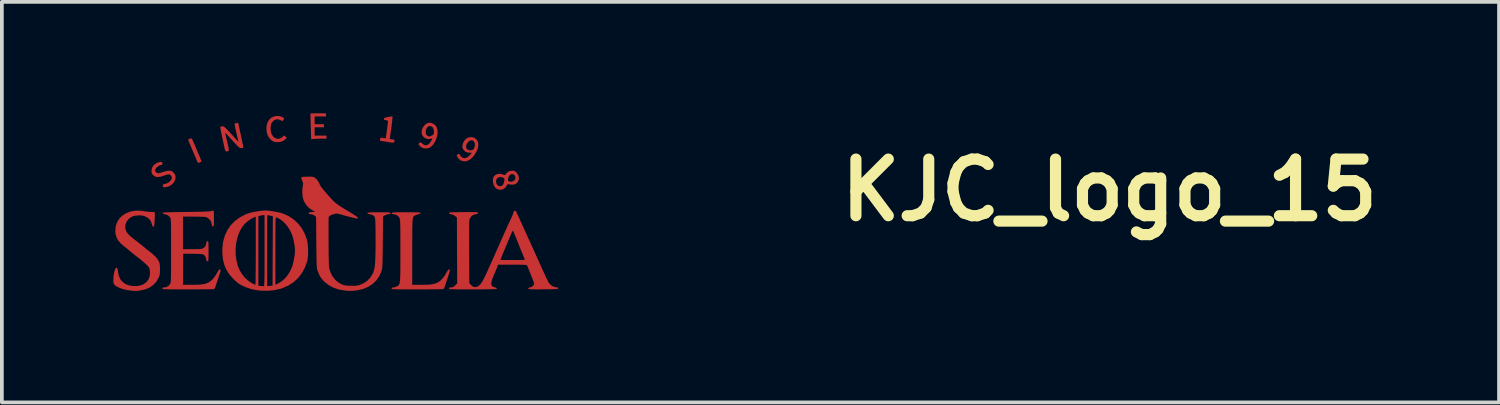
<source format=kicad_pcb>
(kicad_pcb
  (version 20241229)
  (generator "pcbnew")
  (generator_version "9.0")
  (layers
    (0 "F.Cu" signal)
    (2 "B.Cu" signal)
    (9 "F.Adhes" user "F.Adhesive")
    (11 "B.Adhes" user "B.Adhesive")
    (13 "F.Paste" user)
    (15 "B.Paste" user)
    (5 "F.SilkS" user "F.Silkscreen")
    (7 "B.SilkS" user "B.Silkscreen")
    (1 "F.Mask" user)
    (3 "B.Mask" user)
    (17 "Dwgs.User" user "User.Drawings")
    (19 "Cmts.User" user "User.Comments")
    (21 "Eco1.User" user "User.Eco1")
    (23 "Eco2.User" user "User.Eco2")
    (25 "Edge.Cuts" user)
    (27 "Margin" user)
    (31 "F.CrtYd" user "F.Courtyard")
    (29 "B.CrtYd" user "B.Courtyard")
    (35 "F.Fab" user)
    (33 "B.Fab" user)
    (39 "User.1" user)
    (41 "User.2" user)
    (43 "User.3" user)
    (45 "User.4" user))
  (footprint "KJC_logo_15"
    (layer "F.Cu")
    (at 5.847 3.335)
    (property "Reference" "KJC_logo_15" (at 20.955 -1.27 0) (layer "F.SilkS") (effects (font (size 1.524 1.524) (thickness 0.3))))
    (attr board_only exclude_from_pos_files exclude_from_bom)
    (fp_poly (pts (xy -0.125 -3.251) (xy -0.431 -3.251) (xy -0.431 -3.043) (xy -0.181 -3.043) (xy -0.181 -2.96) (xy -0.431 -2.96) (xy -0.431 -2.737) (xy -0.111 -2.737) (xy -0.111 -2.654) (xy -0.247 -2.654) (xy -0.315 -2.653) (xy -0.382 -2.65) (xy -0.437 -2.647) (xy -0.453 -2.645) (xy -0.524 -2.637) (xy -0.533 -2.891) (xy -0.536 -2.98) (xy -0.538 -3.067) (xy -0.54 -3.145) (xy -0.542 -3.207) (xy -0.542 -3.24) (xy -0.542 -3.335) (xy -0.125 -3.335)) (stroke (width 0) (type solid)) (fill yes) (layer "F.Cu"))
    (fp_poly (pts (xy -3.737 -2.658) (xy -3.729 -2.643) (xy -3.712 -2.606) (xy -3.689 -2.553) (xy -3.66 -2.488) (xy -3.629 -2.414) (xy -3.596 -2.337) (xy -3.563 -2.26) (xy -3.533 -2.189) (xy -3.507 -2.126) (xy -3.488 -2.078) (xy -3.476 -2.048) (xy -3.474 -2.04) (xy -3.485 -2.031) (xy -3.512 -2.019) (xy -3.542 -2.007) (xy -3.565 -2.001) (xy -3.567 -2.001) (xy -3.575 -2.012) (xy -3.589 -2.04) (xy -3.592 -2.046) (xy -3.603 -2.072) (xy -3.623 -2.12) (xy -3.65 -2.183) (xy -3.682 -2.258) (xy -3.717 -2.34) (xy -3.723 -2.355) (xy -3.757 -2.435) (xy -3.786 -2.506) (xy -3.81 -2.564) (xy -3.827 -2.606) (xy -3.835 -2.627) (xy -3.835 -2.628) (xy -3.823 -2.64) (xy -3.796 -2.651) (xy -3.764 -2.659) (xy -3.741 -2.66)) (stroke (width 0) (type solid)) (fill yes) (layer "F.Cu"))
    (fp_poly (pts (xy -1.369 -3.259) (xy -1.308 -3.239) (xy -1.27 -3.217) (xy -1.254 -3.199) (xy -1.258 -3.178) (xy -1.275 -3.154) (xy -1.3 -3.124) (xy -1.352 -3.154) (xy -1.412 -3.175) (xy -1.473 -3.171) (xy -1.53 -3.143) (xy -1.578 -3.092) (xy -1.594 -3.066) (xy -1.61 -3.016) (xy -1.616 -2.95) (xy -1.614 -2.88) (xy -1.602 -2.815) (xy -1.593 -2.786) (xy -1.552 -2.717) (xy -1.501 -2.672) (xy -1.442 -2.65) (xy -1.381 -2.652) (xy -1.319 -2.681) (xy -1.29 -2.705) (xy -1.251 -2.742) (xy -1.216 -2.71) (xy -1.181 -2.677) (xy -1.212 -2.643) (xy -1.273 -2.596) (xy -1.349 -2.568) (xy -1.434 -2.559) (xy -1.521 -2.571) (xy -1.526 -2.572) (xy -1.579 -2.6) (xy -1.632 -2.648) (xy -1.676 -2.708) (xy -1.703 -2.767) (xy -1.726 -2.868) (xy -1.728 -2.966) (xy -1.71 -3.058) (xy -1.673 -3.138) (xy -1.619 -3.202) (xy -1.6 -3.216) (xy -1.53 -3.25) (xy -1.449 -3.265)) (stroke (width 0) (type solid)) (fill yes) (layer "F.Cu"))
    (fp_poly (pts (xy 1.659 -3.249) (xy 1.663 -3.247) (xy 1.664 -3.23) (xy 1.662 -3.191) (xy 1.656 -3.132) (xy 1.647 -3.058) (xy 1.636 -2.974) (xy 1.632 -2.94) (xy 1.59 -2.643) (xy 1.65 -2.636) (xy 1.694 -2.63) (xy 1.715 -2.621) (xy 1.72 -2.605) (xy 1.715 -2.579) (xy 1.711 -2.564) (xy 1.706 -2.554) (xy 1.694 -2.548) (xy 1.672 -2.547) (xy 1.636 -2.55) (xy 1.58 -2.558) (xy 1.502 -2.57) (xy 1.496 -2.571) (xy 1.432 -2.581) (xy 1.379 -2.59) (xy 1.342 -2.597) (xy 1.327 -2.601) (xy 1.327 -2.601) (xy 1.326 -2.616) (xy 1.33 -2.643) (xy 1.336 -2.665) (xy 1.347 -2.676) (xy 1.371 -2.677) (xy 1.41 -2.673) (xy 1.483 -2.664) (xy 1.498 -2.774) (xy 1.514 -2.882) (xy 1.525 -2.965) (xy 1.533 -3.028) (xy 1.538 -3.072) (xy 1.54 -3.102) (xy 1.539 -3.121) (xy 1.536 -3.132) (xy 1.531 -3.138) (xy 1.527 -3.141) (xy 1.499 -3.151) (xy 1.469 -3.154) (xy 1.439 -3.162) (xy 1.432 -3.183) (xy 1.442 -3.206) (xy 1.461 -3.216) (xy 1.497 -3.227) (xy 1.544 -3.238) (xy 1.592 -3.246) (xy 1.634 -3.25)) (stroke (width 0) (type solid)) (fill yes) (layer "F.Cu"))
    (fp_poly (pts (xy -4.544 -2.024) (xy -4.529 -2.005) (xy -4.526 -1.993) (xy -4.524 -1.97) (xy -4.531 -1.957) (xy -4.554 -1.947) (xy -4.591 -1.939) (xy -4.631 -1.921) (xy -4.671 -1.889) (xy -4.704 -1.851) (xy -4.723 -1.814) (xy -4.724 -1.803) (xy -4.712 -1.763) (xy -4.68 -1.734) (xy -4.638 -1.723) (xy -4.607 -1.728) (xy -4.561 -1.74) (xy -4.51 -1.758) (xy -4.447 -1.777) (xy -4.385 -1.79) (xy -4.35 -1.792) (xy -4.303 -1.789) (xy -4.268 -1.776) (xy -4.233 -1.747) (xy -4.192 -1.694) (xy -4.175 -1.649) (xy -4.175 -1.58) (xy -4.199 -1.512) (xy -4.242 -1.451) (xy -4.3 -1.4) (xy -4.369 -1.365) (xy -4.444 -1.348) (xy -4.46 -1.348) (xy -4.496 -1.349) (xy -4.512 -1.358) (xy -4.516 -1.38) (xy -4.516 -1.388) (xy -4.513 -1.413) (xy -4.501 -1.426) (xy -4.472 -1.434) (xy -4.452 -1.438) (xy -4.396 -1.454) (xy -4.346 -1.487) (xy -4.334 -1.498) (xy -4.29 -1.548) (xy -4.272 -1.592) (xy -4.278 -1.633) (xy -4.294 -1.658) (xy -4.321 -1.684) (xy -4.355 -1.694) (xy -4.4 -1.688) (xy -4.463 -1.667) (xy -4.464 -1.667) (xy -4.558 -1.635) (xy -4.635 -1.622) (xy -4.696 -1.625) (xy -4.747 -1.647) (xy -4.787 -1.685) (xy -4.81 -1.715) (xy -4.819 -1.746) (xy -4.82 -1.787) (xy -4.819 -1.801) (xy -4.804 -1.872) (xy -4.776 -1.922) (xy -4.73 -1.966) (xy -4.672 -2.002) (xy -4.611 -2.024) (xy -4.576 -2.029)) (stroke (width 0) (type solid)) (fill yes) (layer "F.Cu"))
    (fp_poly (pts (xy 3.86 -2.681) (xy 3.882 -2.669) (xy 3.937 -2.618) (xy 3.968 -2.554) (xy 3.975 -2.477) (xy 3.958 -2.39) (xy 3.925 -2.309) (xy 3.866 -2.211) (xy 3.801 -2.134) (xy 3.73 -2.08) (xy 3.657 -2.049) (xy 3.583 -2.043) (xy 3.511 -2.063) (xy 3.501 -2.068) (xy 3.463 -2.096) (xy 3.428 -2.133) (xy 3.403 -2.171) (xy 3.393 -2.203) (xy 3.393 -2.208) (xy 3.406 -2.226) (xy 3.431 -2.238) (xy 3.456 -2.241) (xy 3.472 -2.234) (xy 3.474 -2.228) (xy 3.483 -2.206) (xy 3.506 -2.175) (xy 3.514 -2.167) (xy 3.563 -2.134) (xy 3.616 -2.128) (xy 3.673 -2.15) (xy 3.733 -2.198) (xy 3.752 -2.219) (xy 3.799 -2.272) (xy 3.718 -2.279) (xy 3.669 -2.286) (xy 3.635 -2.298) (xy 3.606 -2.322) (xy 3.591 -2.338) (xy 3.559 -2.378) (xy 3.545 -2.415) (xy 3.543 -2.446) (xy 3.544 -2.451) (xy 3.642 -2.451) (xy 3.649 -2.402) (xy 3.679 -2.364) (xy 3.693 -2.355) (xy 3.737 -2.342) (xy 3.785 -2.342) (xy 3.827 -2.356) (xy 3.846 -2.372) (xy 3.871 -2.424) (xy 3.882 -2.485) (xy 3.876 -2.54) (xy 3.875 -2.541) (xy 3.848 -2.587) (xy 3.809 -2.61) (xy 3.765 -2.609) (xy 3.718 -2.583) (xy 3.698 -2.563) (xy 3.658 -2.506) (xy 3.642 -2.451) (xy 3.544 -2.451) (xy 3.556 -2.52) (xy 3.591 -2.591) (xy 3.644 -2.649) (xy 3.685 -2.676) (xy 3.739 -2.692) (xy 3.802 -2.694)) (stroke (width 0) (type solid)) (fill yes) (layer "F.Cu"))
    (fp_poly (pts (xy 2.723 -3.073) (xy 2.779 -3.044) (xy 2.826 -3.003) (xy 2.846 -2.975) (xy 2.871 -2.904) (xy 2.877 -2.821) (xy 2.866 -2.731) (xy 2.839 -2.64) (xy 2.799 -2.555) (xy 2.747 -2.481) (xy 2.685 -2.423) (xy 2.682 -2.421) (xy 2.628 -2.398) (xy 2.562 -2.39) (xy 2.496 -2.398) (xy 2.473 -2.406) (xy 2.44 -2.424) (xy 2.405 -2.452) (xy 2.377 -2.482) (xy 2.363 -2.505) (xy 2.362 -2.508) (xy 2.373 -2.526) (xy 2.398 -2.543) (xy 2.425 -2.555) (xy 2.44 -2.55) (xy 2.447 -2.539) (xy 2.474 -2.512) (xy 2.514 -2.488) (xy 2.556 -2.474) (xy 2.569 -2.473) (xy 2.603 -2.485) (xy 2.644 -2.514) (xy 2.682 -2.556) (xy 2.71 -2.6) (xy 2.729 -2.639) (xy 2.735 -2.658) (xy 2.726 -2.662) (xy 2.702 -2.654) (xy 2.702 -2.654) (xy 2.637 -2.642) (xy 2.574 -2.654) (xy 2.518 -2.684) (xy 2.475 -2.73) (xy 2.45 -2.787) (xy 2.446 -2.823) (xy 2.447 -2.831) (xy 2.557 -2.831) (xy 2.565 -2.776) (xy 2.592 -2.738) (xy 2.643 -2.713) (xy 2.651 -2.711) (xy 2.665 -2.715) (xy 2.695 -2.726) (xy 2.706 -2.731) (xy 2.742 -2.749) (xy 2.765 -2.766) (xy 2.768 -2.769) (xy 2.777 -2.801) (xy 2.778 -2.847) (xy 2.773 -2.895) (xy 2.762 -2.934) (xy 2.757 -2.943) (xy 2.719 -2.981) (xy 2.676 -2.994) (xy 2.635 -2.986) (xy 2.598 -2.958) (xy 2.571 -2.913) (xy 2.558 -2.852) (xy 2.557 -2.831) (xy 2.447 -2.831) (xy 2.457 -2.898) (xy 2.488 -2.966) (xy 2.534 -3.024) (xy 2.59 -3.064) (xy 2.653 -3.084) (xy 2.67 -3.085)) (stroke (width 0) (type solid)) (fill yes) (layer "F.Cu"))
    (fp_poly (pts (xy 4.943 -1.788) (xy 4.968 -1.773) (xy 4.994 -1.748) (xy 5.04 -1.686) (xy 5.062 -1.62) (xy 5.061 -1.554) (xy 5.037 -1.493) (xy 5 -1.452) (xy 4.968 -1.431) (xy 4.933 -1.42) (xy 4.881 -1.417) (xy 4.88 -1.417) (xy 4.832 -1.42) (xy 4.795 -1.425) (xy 4.781 -1.43) (xy 4.765 -1.432) (xy 4.749 -1.414) (xy 4.736 -1.389) (xy 4.698 -1.333) (xy 4.643 -1.296) (xy 4.579 -1.279) (xy 4.513 -1.285) (xy 4.466 -1.305) (xy 4.421 -1.347) (xy 4.387 -1.407) (xy 4.368 -1.477) (xy 4.366 -1.502) (xy 4.448 -1.502) (xy 4.461 -1.444) (xy 4.467 -1.432) (xy 4.501 -1.392) (xy 4.547 -1.375) (xy 4.599 -1.383) (xy 4.612 -1.389) (xy 4.64 -1.418) (xy 4.661 -1.471) (xy 4.674 -1.532) (xy 4.674 -1.533) (xy 4.769 -1.533) (xy 4.778 -1.515) (xy 4.803 -1.503) (xy 4.862 -1.494) (xy 4.918 -1.513) (xy 4.943 -1.532) (xy 4.969 -1.571) (xy 4.974 -1.613) (xy 4.961 -1.653) (xy 4.935 -1.685) (xy 4.898 -1.701) (xy 4.854 -1.697) (xy 4.85 -1.695) (xy 4.814 -1.671) (xy 4.789 -1.629) (xy 4.773 -1.566) (xy 4.769 -1.533) (xy 4.674 -1.533) (xy 4.676 -1.568) (xy 4.666 -1.589) (xy 4.641 -1.605) (xy 4.582 -1.623) (xy 4.529 -1.618) (xy 4.486 -1.594) (xy 4.458 -1.554) (xy 4.448 -1.502) (xy 4.366 -1.502) (xy 4.364 -1.548) (xy 4.378 -1.613) (xy 4.384 -1.626) (xy 4.421 -1.67) (xy 4.475 -1.698) (xy 4.538 -1.709) (xy 4.603 -1.702) (xy 4.642 -1.687) (xy 4.667 -1.676) (xy 4.685 -1.676) (xy 4.704 -1.69) (xy 4.733 -1.721) (xy 4.736 -1.724) (xy 4.769 -1.759) (xy 4.799 -1.777) (xy 4.836 -1.786) (xy 4.867 -1.789) (xy 4.913 -1.792)) (stroke (width 0) (type solid)) (fill yes) (layer "F.Cu"))
    (fp_poly (pts (xy -2.492 -3.08) (xy -2.487 -3.065) (xy -2.478 -3.028) (xy -2.465 -2.972) (xy -2.45 -2.904) (xy -2.433 -2.826) (xy -2.415 -2.744) (xy -2.398 -2.662) (xy -2.382 -2.584) (xy -2.368 -2.516) (xy -2.358 -2.461) (xy -2.351 -2.425) (xy -2.35 -2.411) (xy -2.368 -2.405) (xy -2.401 -2.4) (xy -2.405 -2.4) (xy -2.423 -2.4) (xy -2.44 -2.405) (xy -2.46 -2.417) (xy -2.486 -2.439) (xy -2.521 -2.473) (xy -2.568 -2.523) (xy -2.625 -2.584) (xy -2.681 -2.646) (xy -2.733 -2.702) (xy -2.776 -2.749) (xy -2.806 -2.782) (xy -2.821 -2.798) (xy -2.829 -2.804) (xy -2.833 -2.796) (xy -2.83 -2.772) (xy -2.821 -2.729) (xy -2.806 -2.663) (xy -2.798 -2.631) (xy -2.781 -2.556) (xy -2.765 -2.486) (xy -2.752 -2.428) (xy -2.744 -2.388) (xy -2.743 -2.381) (xy -2.74 -2.345) (xy -2.745 -2.326) (xy -2.763 -2.317) (xy -2.767 -2.316) (xy -2.8 -2.309) (xy -2.821 -2.314) (xy -2.836 -2.335) (xy -2.848 -2.376) (xy -2.854 -2.4) (xy -2.886 -2.544) (xy -2.912 -2.663) (xy -2.933 -2.76) (xy -2.949 -2.835) (xy -2.96 -2.891) (xy -2.966 -2.931) (xy -2.969 -2.955) (xy -2.968 -2.967) (xy -2.949 -2.982) (xy -2.913 -2.987) (xy -2.898 -2.986) (xy -2.883 -2.982) (xy -2.864 -2.971) (xy -2.841 -2.953) (xy -2.812 -2.925) (xy -2.773 -2.885) (xy -2.723 -2.832) (xy -2.659 -2.763) (xy -2.58 -2.675) (xy -2.543 -2.633) (xy -2.51 -2.599) (xy -2.487 -2.578) (xy -2.478 -2.574) (xy -2.479 -2.578) (xy -2.487 -2.604) (xy -2.499 -2.649) (xy -2.513 -2.71) (xy -2.529 -2.778) (xy -2.546 -2.85) (xy -2.561 -2.918) (xy -2.573 -2.976) (xy -2.581 -3.02) (xy -2.584 -3.042) (xy -2.584 -3.042) (xy -2.574 -3.063) (xy -2.542 -3.074) (xy -2.539 -3.075) (xy -2.508 -3.079) (xy -2.492 -3.08)) (stroke (width 0) (type solid)) (fill yes) (layer "F.Cu"))
    (fp_poly (pts (xy 2.153 -0.674) (xy 2.244 -0.673) (xy 2.314 -0.672) (xy 2.364 -0.67) (xy 2.397 -0.667) (xy 2.416 -0.663) (xy 2.424 -0.657) (xy 2.425 -0.655) (xy 2.412 -0.64) (xy 2.376 -0.624) (xy 2.349 -0.616) (xy 2.304 -0.603) (xy 2.268 -0.588) (xy 2.255 -0.581) (xy 2.243 -0.571) (xy 2.233 -0.56) (xy 2.224 -0.547) (xy 2.217 -0.528) (xy 2.211 -0.503) (xy 2.207 -0.469) (xy 2.203 -0.424) (xy 2.2 -0.366) (xy 2.198 -0.293) (xy 2.197 -0.203) (xy 2.196 -0.093) (xy 2.196 0.038) (xy 2.195 0.192) (xy 2.195 0.372) (xy 2.195 1.278) (xy 2.442 1.278) (xy 2.553 1.277) (xy 2.642 1.273) (xy 2.713 1.266) (xy 2.773 1.255) (xy 2.825 1.24) (xy 2.876 1.218) (xy 2.879 1.217) (xy 2.94 1.177) (xy 3.003 1.116) (xy 3.062 1.041) (xy 3.109 0.962) (xy 3.143 0.903) (xy 3.17 0.869) (xy 3.185 0.862) (xy 3.2 0.864) (xy 3.207 0.875) (xy 3.206 0.898) (xy 3.197 0.936) (xy 3.18 0.994) (xy 3.163 1.046) (xy 3.139 1.118) (xy 3.114 1.193) (xy 3.093 1.259) (xy 3.084 1.285) (xy 3.067 1.334) (xy 3.051 1.372) (xy 3.039 1.392) (xy 3.038 1.393) (xy 3.021 1.395) (xy 2.98 1.396) (xy 2.918 1.398) (xy 2.838 1.399) (xy 2.743 1.4) (xy 2.637 1.401) (xy 2.523 1.401) (xy 2.404 1.402) (xy 2.283 1.402) (xy 2.165 1.402) (xy 2.051 1.401) (xy 1.945 1.401) (xy 1.851 1.4) (xy 1.772 1.399) (xy 1.711 1.397) (xy 1.671 1.396) (xy 1.657 1.394) (xy 1.638 1.379) (xy 1.642 1.363) (xy 1.665 1.351) (xy 1.69 1.348) (xy 1.737 1.34) (xy 1.783 1.321) (xy 1.786 1.32) (xy 1.804 1.309) (xy 1.819 1.298) (xy 1.832 1.285) (xy 1.843 1.269) (xy 1.852 1.246) (xy 1.859 1.215) (xy 1.865 1.175) (xy 1.869 1.121) (xy 1.872 1.053) (xy 1.874 0.969) (xy 1.875 0.866) (xy 1.876 0.742) (xy 1.876 0.596) (xy 1.876 0.424) (xy 1.876 0.362) (xy 1.876 0.188) (xy 1.876 0.04) (xy 1.875 -0.084) (xy 1.875 -0.188) (xy 1.874 -0.272) (xy 1.873 -0.34) (xy 1.871 -0.393) (xy 1.869 -0.434) (xy 1.866 -0.464) (xy 1.863 -0.487) (xy 1.858 -0.504) (xy 1.853 -0.517) (xy 1.849 -0.526) (xy 1.819 -0.569) (xy 1.775 -0.598) (xy 1.713 -0.617) (xy 1.694 -0.62) (xy 1.657 -0.629) (xy 1.643 -0.643) (xy 1.643 -0.651) (xy 1.646 -0.658) (xy 1.657 -0.663) (xy 1.676 -0.667) (xy 1.708 -0.67) (xy 1.756 -0.672) (xy 1.822 -0.673) (xy 1.91 -0.674) (xy 2.022 -0.674) (xy 2.036 -0.674)) (stroke (width 0) (type solid)) (fill yes) (layer "F.Cu"))
    (fp_poly (pts (xy -5.145 -0.716) (xy -5.062 -0.708) (xy -4.974 -0.695) (xy -4.913 -0.688) (xy -4.849 -0.682) (xy -4.812 -0.681) (xy -4.77 -0.679) (xy -4.741 -0.674) (xy -4.733 -0.67) (xy -4.731 -0.653) (xy -4.731 -0.614) (xy -4.732 -0.557) (xy -4.735 -0.49) (xy -4.736 -0.472) (xy -4.74 -0.395) (xy -4.745 -0.341) (xy -4.75 -0.307) (xy -4.757 -0.288) (xy -4.766 -0.281) (xy -4.767 -0.281) (xy -4.782 -0.287) (xy -4.797 -0.313) (xy -4.811 -0.358) (xy -4.837 -0.43) (xy -4.871 -0.482) (xy -4.92 -0.523) (xy -4.971 -0.551) (xy -5.018 -0.572) (xy -5.061 -0.584) (xy -5.11 -0.589) (xy -5.162 -0.589) (xy -5.263 -0.581) (xy -5.345 -0.556) (xy -5.413 -0.512) (xy -5.443 -0.484) (xy -5.496 -0.411) (xy -5.524 -0.332) (xy -5.527 -0.252) (xy -5.51 -0.186) (xy -5.491 -0.146) (xy -5.467 -0.109) (xy -5.434 -0.072) (xy -5.389 -0.029) (xy -5.328 0.022) (xy -5.265 0.071) (xy -5.203 0.119) (xy -5.142 0.167) (xy -5.086 0.211) (xy -5.039 0.249) (xy -5.006 0.276) (xy -4.989 0.29) (xy -4.988 0.291) (xy -4.975 0.303) (xy -4.945 0.326) (xy -4.905 0.357) (xy -4.899 0.361) (xy -4.801 0.44) (xy -4.725 0.509) (xy -4.67 0.572) (xy -4.633 0.631) (xy -4.629 0.638) (xy -4.612 0.677) (xy -4.601 0.713) (xy -4.595 0.754) (xy -4.593 0.809) (xy -4.592 0.862) (xy -4.594 0.937) (xy -4.598 0.992) (xy -4.607 1.035) (xy -4.62 1.07) (xy -4.684 1.185) (xy -4.766 1.278) (xy -4.866 1.35) (xy -4.985 1.4) (xy -5.118 1.43) (xy -5.174 1.437) (xy -5.218 1.441) (xy -5.26 1.442) (xy -5.306 1.44) (xy -5.368 1.434) (xy -5.407 1.43) (xy -5.5 1.415) (xy -5.591 1.393) (xy -5.675 1.363) (xy -5.746 1.33) (xy -5.801 1.294) (xy -5.833 1.258) (xy -5.835 1.254) (xy -5.844 1.214) (xy -5.847 1.156) (xy -5.844 1.087) (xy -5.836 1.013) (xy -5.824 0.944) (xy -5.808 0.884) (xy -5.791 0.842) (xy -5.782 0.83) (xy -5.759 0.818) (xy -5.741 0.833) (xy -5.728 0.874) (xy -5.722 0.926) (xy -5.702 1.036) (xy -5.66 1.128) (xy -5.597 1.203) (xy -5.514 1.26) (xy -5.411 1.297) (xy -5.352 1.308) (xy -5.237 1.314) (xy -5.132 1.299) (xy -5.041 1.265) (xy -4.965 1.213) (xy -4.908 1.144) (xy -4.872 1.06) (xy -4.866 1.031) (xy -4.861 0.963) (xy -4.866 0.892) (xy -4.88 0.83) (xy -4.89 0.808) (xy -4.91 0.782) (xy -4.951 0.741) (xy -5.007 0.69) (xy -5.077 0.63) (xy -5.158 0.564) (xy -5.204 0.528) (xy -5.248 0.494) (xy -5.297 0.454) (xy -5.348 0.414) (xy -5.394 0.376) (xy -5.432 0.345) (xy -5.455 0.325) (xy -5.461 0.32) (xy -5.474 0.308) (xy -5.504 0.284) (xy -5.545 0.253) (xy -5.553 0.246) (xy -5.649 0.164) (xy -5.718 0.082) (xy -5.764 -0.004) (xy -5.789 -0.098) (xy -5.794 -0.179) (xy -5.782 -0.3) (xy -5.745 -0.409) (xy -5.685 -0.505) (xy -5.604 -0.585) (xy -5.503 -0.648) (xy -5.383 -0.693) (xy -5.343 -0.702) (xy -5.278 -0.713) (xy -5.214 -0.718)) (stroke (width 0) (type solid)) (fill yes) (layer "F.Cu"))
    (fp_poly (pts (xy -3.147 -0.709) (xy -3.144 -0.673) (xy -3.142 -0.619) (xy -3.14 -0.551) (xy -3.14 -0.507) (xy -3.14 -0.425) (xy -3.141 -0.367) (xy -3.144 -0.329) (xy -3.147 -0.307) (xy -3.154 -0.295) (xy -3.162 -0.292) (xy -3.167 -0.292) (xy -3.184 -0.297) (xy -3.195 -0.318) (xy -3.203 -0.36) (xy -3.203 -0.363) (xy -3.215 -0.416) (xy -3.239 -0.457) (xy -3.265 -0.486) (xy -3.305 -0.519) (xy -3.346 -0.542) (xy -3.362 -0.547) (xy -3.39 -0.549) (xy -3.44 -0.552) (xy -3.508 -0.554) (xy -3.589 -0.555) (xy -3.677 -0.556) (xy -3.691 -0.556) (xy -3.974 -0.556) (xy -3.974 0.32) (xy -3.722 0.32) (xy -3.631 0.319) (xy -3.563 0.318) (xy -3.514 0.316) (xy -3.479 0.312) (xy -3.454 0.306) (xy -3.435 0.298) (xy -3.426 0.292) (xy -3.379 0.252) (xy -3.353 0.198) (xy -3.346 0.153) (xy -3.339 0.119) (xy -3.324 0.105) (xy -3.314 0.104) (xy -3.304 0.105) (xy -3.297 0.111) (xy -3.292 0.125) (xy -3.289 0.151) (xy -3.287 0.193) (xy -3.286 0.253) (xy -3.286 0.336) (xy -3.286 0.375) (xy -3.286 0.468) (xy -3.287 0.537) (xy -3.288 0.585) (xy -3.291 0.617) (xy -3.295 0.635) (xy -3.301 0.644) (xy -3.31 0.646) (xy -3.314 0.646) (xy -3.336 0.638) (xy -3.345 0.61) (xy -3.346 0.604) (xy -3.362 0.534) (xy -3.394 0.486) (xy -3.416 0.469) (xy -3.435 0.46) (xy -3.462 0.454) (xy -3.5 0.45) (xy -3.555 0.447) (xy -3.629 0.445) (xy -3.711 0.444) (xy -3.967 0.442) (xy -3.971 0.86) (xy -3.974 1.278) (xy -3.728 1.278) (xy -3.617 1.277) (xy -3.528 1.273) (xy -3.457 1.266) (xy -3.398 1.256) (xy -3.345 1.24) (xy -3.294 1.219) (xy -3.288 1.216) (xy -3.22 1.171) (xy -3.152 1.103) (xy -3.091 1.018) (xy -3.062 0.966) (xy -3.027 0.905) (xy -3 0.87) (xy -2.984 0.862) (xy -2.966 0.869) (xy -2.961 0.894) (xy -2.97 0.938) (xy -2.987 0.989) (xy -3.002 1.033) (xy -3.023 1.094) (xy -3.046 1.165) (xy -3.065 1.223) (xy -3.086 1.286) (xy -3.105 1.339) (xy -3.121 1.376) (xy -3.131 1.393) (xy -3.148 1.395) (xy -3.189 1.396) (xy -3.251 1.398) (xy -3.331 1.399) (xy -3.426 1.4) (xy -3.532 1.401) (xy -3.646 1.401) (xy -3.765 1.402) (xy -3.886 1.402) (xy -4.005 1.402) (xy -4.119 1.401) (xy -4.224 1.401) (xy -4.318 1.4) (xy -4.397 1.399) (xy -4.458 1.397) (xy -4.498 1.396) (xy -4.512 1.394) (xy -4.531 1.379) (xy -4.527 1.362) (xy -4.504 1.35) (xy -4.48 1.348) (xy -4.411 1.335) (xy -4.353 1.298) (xy -4.323 1.26) (xy -4.317 1.249) (xy -4.312 1.238) (xy -4.307 1.224) (xy -4.304 1.204) (xy -4.301 1.177) (xy -4.299 1.14) (xy -4.297 1.091) (xy -4.296 1.029) (xy -4.295 0.95) (xy -4.294 0.853) (xy -4.294 0.735) (xy -4.294 0.595) (xy -4.294 0.43) (xy -4.294 0.361) (xy -4.294 0.186) (xy -4.294 0.037) (xy -4.294 -0.089) (xy -4.295 -0.194) (xy -4.295 -0.28) (xy -4.297 -0.348) (xy -4.298 -0.402) (xy -4.3 -0.443) (xy -4.303 -0.474) (xy -4.306 -0.496) (xy -4.31 -0.512) (xy -4.315 -0.523) (xy -4.32 -0.533) (xy -4.321 -0.534) (xy -4.355 -0.575) (xy -4.399 -0.603) (xy -4.463 -0.622) (xy -4.467 -0.622) (xy -4.506 -0.635) (xy -4.523 -0.651) (xy -4.523 -0.654) (xy -4.52 -0.659) (xy -4.508 -0.663) (xy -4.487 -0.666) (xy -4.453 -0.669) (xy -4.405 -0.672) (xy -4.34 -0.674) (xy -4.255 -0.676) (xy -4.149 -0.678) (xy -4.02 -0.68) (xy -3.891 -0.682) (xy -3.715 -0.684) (xy -3.566 -0.687) (xy -3.443 -0.69) (xy -3.347 -0.694) (xy -3.276 -0.698) (xy -3.23 -0.702) (xy -3.21 -0.706) (xy -3.175 -0.717) (xy -3.153 -0.722) (xy -3.151 -0.723)) (stroke (width 0) (type solid)) (fill yes) (layer "F.Cu"))
    (fp_poly (pts (xy -1.693 -0.719) (xy -1.619 -0.71) (xy -1.534 -0.697) (xy -1.448 -0.681) (xy -1.369 -0.663) (xy -1.305 -0.646) (xy -1.288 -0.641) (xy -1.135 -0.573) (xy -0.998 -0.483) (xy -0.878 -0.373) (xy -0.777 -0.244) (xy -0.697 -0.097) (xy -0.639 0.063) (xy -0.623 0.143) (xy -0.612 0.24) (xy -0.607 0.344) (xy -0.607 0.449) (xy -0.614 0.546) (xy -0.627 0.626) (xy -0.632 0.646) (xy -0.694 0.816) (xy -0.776 0.966) (xy -0.877 1.097) (xy -0.997 1.207) (xy -1.136 1.297) (xy -1.293 1.366) (xy -1.343 1.383) (xy -1.502 1.42) (xy -1.671 1.438) (xy -1.854 1.437) (xy -1.94 1.43) (xy -2.106 1.402) (xy -2.273 1.347) (xy -2.368 1.305) (xy -1.945 1.305) (xy -1.879 1.31) (xy -1.836 1.313) (xy -1.804 1.317) (xy -1.796 1.318) (xy -1.793 1.314) (xy -1.709 1.314) (xy -1.636 1.307) (xy -1.563 1.299) (xy -1.563 1.279) (xy -1.487 1.279) (xy -1.428 1.249) (xy -1.381 1.223) (xy -1.329 1.189) (xy -1.302 1.171) (xy -1.222 1.098) (xy -1.147 1.004) (xy -1.083 0.896) (xy -1.033 0.781) (xy -1.009 0.695) (xy -0.985 0.579) (xy -0.969 0.482) (xy -0.961 0.396) (xy -0.961 0.314) (xy -0.97 0.228) (xy -0.987 0.131) (xy -1.008 0.029) (xy -1.043 -0.081) (xy -1.095 -0.19) (xy -1.161 -0.292) (xy -1.237 -0.383) (xy -1.32 -0.458) (xy -1.406 -0.513) (xy -1.459 -0.535) (xy -1.465 -0.536) (xy -1.469 -0.535) (xy -1.473 -0.529) (xy -1.477 -0.517) (xy -1.479 -0.497) (xy -1.482 -0.466) (xy -1.483 -0.423) (xy -1.485 -0.366) (xy -1.485 -0.292) (xy -1.486 -0.201) (xy -1.486 -0.089) (xy -1.487 0.045) (xy -1.487 0.203) (xy -1.487 0.368) (xy -1.487 1.279) (xy -1.563 1.279) (xy -1.556 -0.567) (xy -1.626 -0.582) (xy -1.667 -0.591) (xy -1.696 -0.596) (xy -1.703 -0.597) (xy -1.704 -0.584) (xy -1.705 -0.545) (xy -1.706 -0.483) (xy -1.707 -0.399) (xy -1.707 -0.297) (xy -1.708 -0.178) (xy -1.708 -0.045) (xy -1.709 0.1) (xy -1.709 0.255) (xy -1.709 0.358) (xy -1.709 1.314) (xy -1.793 1.314) (xy -1.792 1.313) (xy -1.789 1.296) (xy -1.787 1.267) (xy -1.785 1.223) (xy -1.783 1.162) (xy -1.781 1.083) (xy -1.78 0.984) (xy -1.779 0.864) (xy -1.779 0.721) (xy -1.779 0.554) (xy -1.779 0.361) (xy -1.779 -0.597) (xy -1.81 -0.597) (xy -1.844 -0.594) (xy -1.887 -0.584) (xy -1.893 -0.583) (xy -1.945 -0.568) (xy -1.945 1.305) (xy -2.368 1.305) (xy -2.376 1.301) (xy -2.44 1.267) (xy -2.497 1.229) (xy -2.555 1.181) (xy -2.613 1.125) (xy -2.718 1.008) (xy -2.8 0.884) (xy -2.859 0.75) (xy -2.897 0.604) (xy -2.914 0.443) (xy -2.914 0.326) (xy -2.557 0.326) (xy -2.554 0.481) (xy -2.533 0.633) (xy -2.495 0.777) (xy -2.451 0.882) (xy -2.388 0.988) (xy -2.309 1.086) (xy -2.218 1.169) (xy -2.13 1.227) (xy -2.084 1.251) (xy -2.047 1.269) (xy -2.027 1.278) (xy -2.025 1.278) (xy -2.023 1.264) (xy -2.022 1.226) (xy -2.02 1.163) (xy -2.019 1.08) (xy -2.018 0.979) (xy -2.016 0.861) (xy -2.016 0.728) (xy -2.015 0.584) (xy -2.015 0.431) (xy -2.015 0.361) (xy -2.015 -0.556) (xy -2.067 -0.535) (xy -2.143 -0.495) (xy -2.223 -0.439) (xy -2.298 -0.375) (xy -2.33 -0.342) (xy -2.406 -0.238) (xy -2.468 -0.114) (xy -2.514 0.024) (xy -2.544 0.172) (xy -2.557 0.326) (xy -2.914 0.326) (xy -2.914 0.292) (xy -2.893 0.117) (xy -2.848 -0.044) (xy -2.78 -0.192) (xy -2.689 -0.324) (xy -2.577 -0.439) (xy -2.445 -0.536) (xy -2.293 -0.614) (xy -2.195 -0.651) (xy -2.13 -0.668) (xy -2.047 -0.686) (xy -1.956 -0.701) (xy -1.867 -0.714) (xy -1.789 -0.721) (xy -1.749 -0.723)) (stroke (width 0) (type solid)) (fill yes) (layer "F.Cu"))
    (fp_poly (pts (xy -0.518 -1.631) (xy -0.48 -1.626) (xy -0.451 -1.618) (xy -0.427 -1.605) (xy -0.408 -1.59) (xy -0.369 -1.551) (xy -0.334 -1.501) (xy -0.321 -1.479) (xy -0.299 -1.434) (xy -0.28 -1.395) (xy -0.272 -1.381) (xy -0.256 -1.355) (xy -0.223 -1.314) (xy -0.18 -1.261) (xy -0.128 -1.2) (xy -0.072 -1.136) (xy -0.015 -1.072) (xy 0.04 -1.013) (xy 0.058 -0.993) (xy 0.094 -0.958) (xy 0.132 -0.925) (xy 0.176 -0.891) (xy 0.231 -0.853) (xy 0.3 -0.808) (xy 0.388 -0.754) (xy 0.438 -0.724) (xy 0.535 -0.665) (xy 0.61 -0.618) (xy 0.666 -0.582) (xy 0.703 -0.554) (xy 0.726 -0.534) (xy 0.735 -0.519) (xy 0.734 -0.508) (xy 0.731 -0.504) (xy 0.714 -0.504) (xy 0.675 -0.51) (xy 0.617 -0.523) (xy 0.546 -0.54) (xy 0.464 -0.561) (xy 0.376 -0.585) (xy 0.292 -0.61) (xy 0.226 -0.628) (xy 0.175 -0.638) (xy 0.144 -0.639) (xy 0.139 -0.638) (xy 0.112 -0.628) (xy 0.072 -0.619) (xy 0.064 -0.618) (xy 0.02 -0.604) (xy -0.019 -0.579) (xy -0.022 -0.576) (xy -0.056 -0.543) (xy -0.056 0.101) (xy -0.055 0.265) (xy -0.054 0.412) (xy -0.053 0.54) (xy -0.05 0.647) (xy -0.048 0.732) (xy -0.044 0.792) (xy -0.041 0.826) (xy -0.007 0.939) (xy 0.047 1.045) (xy 0.119 1.138) (xy 0.204 1.214) (xy 0.281 1.258) (xy 0.323 1.276) (xy 0.362 1.288) (xy 0.406 1.296) (xy 0.462 1.301) (xy 0.53 1.304) (xy 0.616 1.305) (xy 0.681 1.302) (xy 0.735 1.295) (xy 0.772 1.286) (xy 0.887 1.238) (xy 0.988 1.168) (xy 1.072 1.077) (xy 1.131 0.982) (xy 1.149 0.94) (xy 1.164 0.895) (xy 1.176 0.844) (xy 1.186 0.783) (xy 1.194 0.71) (xy 1.2 0.623) (xy 1.204 0.518) (xy 1.207 0.394) (xy 1.208 0.247) (xy 1.209 0.087) (xy 1.208 -0.058) (xy 1.207 -0.188) (xy 1.206 -0.299) (xy 1.203 -0.39) (xy 1.2 -0.458) (xy 1.197 -0.503) (xy 1.194 -0.517) (xy 1.172 -0.566) (xy 1.135 -0.597) (xy 1.077 -0.616) (xy 1.052 -0.62) (xy 1.011 -0.628) (xy 0.992 -0.639) (xy 0.99 -0.651) (xy 0.994 -0.659) (xy 1.005 -0.664) (xy 1.027 -0.668) (xy 1.062 -0.671) (xy 1.115 -0.673) (xy 1.189 -0.674) (xy 1.287 -0.674) (xy 1.299 -0.674) (xy 1.4 -0.674) (xy 1.476 -0.673) (xy 1.531 -0.671) (xy 1.568 -0.669) (xy 1.592 -0.665) (xy 1.604 -0.66) (xy 1.609 -0.652) (xy 1.609 -0.651) (xy 1.605 -0.636) (xy 1.582 -0.626) (xy 1.546 -0.62) (xy 1.498 -0.609) (xy 1.457 -0.591) (xy 1.445 -0.584) (xy 1.41 -0.557) (xy 1.403 0.135) (xy 1.402 0.292) (xy 1.4 0.423) (xy 1.398 0.532) (xy 1.397 0.621) (xy 1.395 0.693) (xy 1.392 0.75) (xy 1.39 0.794) (xy 1.386 0.829) (xy 1.382 0.857) (xy 1.377 0.88) (xy 1.371 0.901) (xy 1.365 0.918) (xy 1.307 1.048) (xy 1.228 1.161) (xy 1.128 1.256) (xy 1.01 1.333) (xy 0.874 1.39) (xy 0.723 1.425) (xy 0.676 1.432) (xy 0.617 1.438) (xy 0.569 1.442) (xy 0.525 1.442) (xy 0.475 1.44) (xy 0.41 1.435) (xy 0.367 1.43) (xy 0.215 1.404) (xy 0.073 1.355) (xy -0.055 1.286) (xy -0.165 1.199) (xy -0.175 1.19) (xy -0.234 1.125) (xy -0.28 1.061) (xy -0.318 0.987) (xy -0.351 0.904) (xy -0.358 0.885) (xy -0.363 0.865) (xy -0.368 0.841) (xy -0.371 0.811) (xy -0.375 0.772) (xy -0.377 0.722) (xy -0.379 0.657) (xy -0.381 0.577) (xy -0.382 0.477) (xy -0.384 0.355) (xy -0.385 0.21) (xy -0.386 0.14) (xy -0.392 -0.546) (xy -0.424 -0.578) (xy -0.47 -0.606) (xy -0.527 -0.62) (xy -0.571 -0.627) (xy -0.591 -0.638) (xy -0.595 -0.651) (xy -0.584 -0.665) (xy -0.557 -0.674) (xy -0.507 -0.68) (xy -0.502 -0.681) (xy -0.413 -0.688) (xy -0.474 -0.718) (xy -0.574 -0.782) (xy -0.655 -0.865) (xy -0.715 -0.964) (xy -0.744 -1.045) (xy -0.758 -1.121) (xy -0.763 -1.211) (xy -0.761 -1.302) (xy -0.75 -1.383) (xy -0.75 -1.386) (xy -0.742 -1.433) (xy -0.746 -1.471) (xy -0.763 -1.515) (xy -0.763 -1.515) (xy -0.785 -1.567) (xy -0.791 -1.6) (xy -0.781 -1.618) (xy -0.753 -1.626) (xy -0.733 -1.627) (xy -0.64 -1.631) (xy -0.569 -1.632)) (stroke (width 0) (type solid)) (fill yes) (layer "F.Cu"))
    (fp_poly (pts (xy 4.985 -0.704) (xy 4.994 -0.686) (xy 5.012 -0.647) (xy 5.039 -0.589) (xy 5.072 -0.518) (xy 5.109 -0.437) (xy 5.149 -0.349) (xy 5.19 -0.259) (xy 5.23 -0.169) (xy 5.241 -0.146) (xy 5.269 -0.082) (xy 5.298 -0.019) (xy 5.321 0.033) (xy 5.329 0.049) (xy 5.377 0.153) (xy 5.416 0.239) (xy 5.45 0.314) (xy 5.482 0.384) (xy 5.501 0.427) (xy 5.532 0.496) (xy 5.564 0.569) (xy 5.594 0.633) (xy 5.6 0.646) (xy 5.627 0.707) (xy 5.66 0.779) (xy 5.691 0.849) (xy 5.697 0.861) (xy 5.747 0.973) (xy 5.788 1.062) (xy 5.821 1.131) (xy 5.848 1.184) (xy 5.87 1.222) (xy 5.888 1.249) (xy 5.937 1.295) (xy 6 1.329) (xy 6.067 1.347) (xy 6.084 1.348) (xy 6.115 1.351) (xy 6.126 1.363) (xy 6.125 1.372) (xy 6.122 1.38) (xy 6.113 1.385) (xy 6.095 1.39) (xy 6.066 1.393) (xy 6.021 1.396) (xy 5.958 1.398) (xy 5.874 1.399) (xy 5.766 1.4) (xy 5.759 1.4) (xy 5.659 1.401) (xy 5.566 1.401) (xy 5.485 1.401) (xy 5.419 1.4) (xy 5.372 1.398) (xy 5.352 1.396) (xy 5.32 1.385) (xy 5.313 1.371) (xy 5.331 1.357) (xy 5.37 1.346) (xy 5.418 1.328) (xy 5.455 1.296) (xy 5.474 1.257) (xy 5.474 1.248) (xy 5.469 1.227) (xy 5.454 1.182) (xy 5.43 1.117) (xy 5.397 1.033) (xy 5.357 0.933) (xy 5.311 0.818) (xy 5.284 0.754) (xy 5.275 0.748) (xy 5.253 0.744) (xy 5.213 0.741) (xy 5.154 0.739) (xy 5.074 0.737) (xy 4.971 0.737) (xy 4.89 0.736) (xy 4.504 0.736) (xy 4.494 0.768) (xy 4.482 0.803) (xy 4.467 0.841) (xy 4.454 0.87) (xy 4.433 0.918) (xy 4.408 0.978) (xy 4.385 1.031) (xy 4.347 1.128) (xy 4.326 1.205) (xy 4.322 1.263) (xy 4.335 1.304) (xy 4.365 1.33) (xy 4.405 1.343) (xy 4.449 1.354) (xy 4.47 1.369) (xy 4.466 1.385) (xy 4.459 1.391) (xy 4.442 1.393) (xy 4.4 1.395) (xy 4.338 1.397) (xy 4.258 1.398) (xy 4.165 1.4) (xy 4.06 1.401) (xy 3.949 1.401) (xy 3.834 1.402) (xy 3.719 1.402) (xy 3.608 1.402) (xy 3.503 1.401) (xy 3.408 1.401) (xy 3.327 1.4) (xy 3.262 1.398) (xy 3.219 1.396) (xy 3.199 1.394) (xy 3.199 1.394) (xy 3.183 1.376) (xy 3.182 1.367) (xy 3.192 1.354) (xy 3.226 1.348) (xy 3.239 1.348) (xy 3.278 1.344) (xy 3.309 1.33) (xy 3.344 1.3) (xy 3.351 1.294) (xy 3.405 1.239) (xy 3.397 -0.53) (xy 3.353 -0.57) (xy 3.293 -0.606) (xy 3.245 -0.619) (xy 3.204 -0.628) (xy 3.186 -0.639) (xy 3.185 -0.651) (xy 3.189 -0.658) (xy 3.199 -0.663) (xy 3.219 -0.668) (xy 3.251 -0.671) (xy 3.3 -0.673) (xy 3.367 -0.675) (xy 3.455 -0.676) (xy 3.568 -0.678) (xy 3.573 -0.678) (xy 3.688 -0.679) (xy 3.778 -0.679) (xy 3.846 -0.678) (xy 3.895 -0.677) (xy 3.929 -0.674) (xy 3.95 -0.671) (xy 3.961 -0.665) (xy 3.965 -0.66) (xy 3.968 -0.645) (xy 3.959 -0.635) (xy 3.933 -0.627) (xy 3.885 -0.618) (xy 3.822 -0.595) (xy 3.772 -0.55) (xy 3.739 -0.49) (xy 3.731 -0.458) (xy 3.73 -0.433) (xy 3.728 -0.383) (xy 3.727 -0.31) (xy 3.726 -0.218) (xy 3.726 -0.108) (xy 3.726 0.015) (xy 3.726 0.151) (xy 3.726 0.295) (xy 3.727 0.42) (xy 3.731 1.236) (xy 3.783 1.288) (xy 3.819 1.32) (xy 3.849 1.335) (xy 3.886 1.339) (xy 3.891 1.339) (xy 3.934 1.332) (xy 3.974 1.314) (xy 4.013 1.281) (xy 4.053 1.232) (xy 4.095 1.163) (xy 4.142 1.074) (xy 4.195 0.961) (xy 4.215 0.917) (xy 4.232 0.88) (xy 4.255 0.828) (xy 4.28 0.773) (xy 4.28 0.772) (xy 4.3 0.728) (xy 4.329 0.665) (xy 4.352 0.611) (xy 4.57 0.611) (xy 4.897 0.611) (xy 4.989 0.611) (xy 5.071 0.61) (xy 5.139 0.609) (xy 5.19 0.607) (xy 5.219 0.605) (xy 5.225 0.604) (xy 5.22 0.589) (xy 5.207 0.555) (xy 5.189 0.511) (xy 5.17 0.463) (xy 5.152 0.42) (xy 5.141 0.396) (xy 5.132 0.375) (xy 5.115 0.333) (xy 5.091 0.273) (xy 5.062 0.2) (xy 5.03 0.119) (xy 5.02 0.094) (xy 4.988 0.013) (xy 4.958 -0.059) (xy 4.934 -0.117) (xy 4.915 -0.159) (xy 4.904 -0.179) (xy 4.903 -0.181) (xy 4.894 -0.169) (xy 4.877 -0.137) (xy 4.857 -0.091) (xy 4.849 -0.073) (xy 4.822 -0.008) (xy 4.79 0.068) (xy 4.759 0.142) (xy 4.752 0.16) (xy 4.703 0.275) (xy 4.664 0.367) (xy 4.634 0.439) (xy 4.612 0.494) (xy 4.596 0.533) (xy 4.586 0.56) (xy 4.58 0.578) (xy 4.579 0.58) (xy 4.57 0.611) (xy 4.352 0.611) (xy 4.363 0.588) (xy 4.4 0.505) (xy 4.432 0.432) (xy 4.507 0.264) (xy 4.577 0.106) (xy 4.643 -0.042) (xy 4.703 -0.175) (xy 4.756 -0.294) (xy 4.802 -0.395) (xy 4.84 -0.478) (xy 4.869 -0.539) (xy 4.887 -0.578) (xy 4.891 -0.585) (xy 4.902 -0.614) (xy 4.912 -0.654) (xy 4.912 -0.657) (xy 4.926 -0.692) (xy 4.948 -0.713) (xy 4.971 -0.716)) (stroke (width 0) (type solid)) (fill yes) (layer "F.Cu")))
  (gr_rect
    (start -3 -3)
    (end 37.284 7.777)
    (stroke (width 0.1) (type default))
    (fill no)
    (layer "Edge.Cuts")))
</source>
